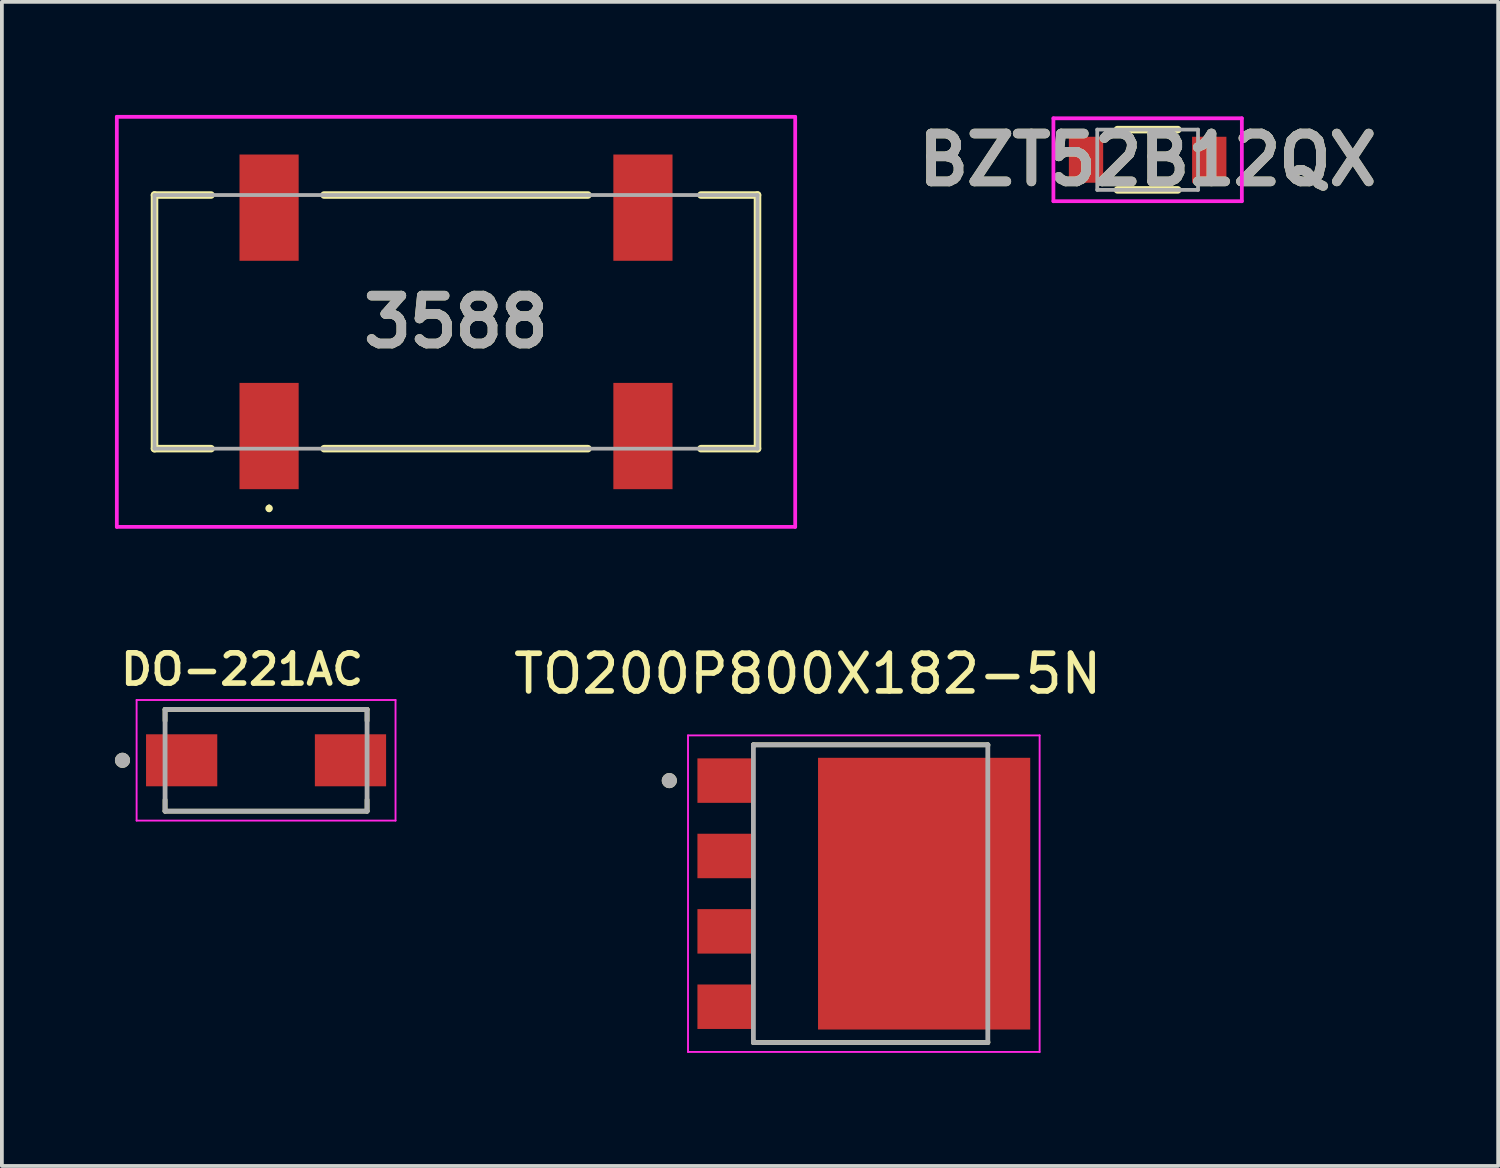
<source format=kicad_pcb>
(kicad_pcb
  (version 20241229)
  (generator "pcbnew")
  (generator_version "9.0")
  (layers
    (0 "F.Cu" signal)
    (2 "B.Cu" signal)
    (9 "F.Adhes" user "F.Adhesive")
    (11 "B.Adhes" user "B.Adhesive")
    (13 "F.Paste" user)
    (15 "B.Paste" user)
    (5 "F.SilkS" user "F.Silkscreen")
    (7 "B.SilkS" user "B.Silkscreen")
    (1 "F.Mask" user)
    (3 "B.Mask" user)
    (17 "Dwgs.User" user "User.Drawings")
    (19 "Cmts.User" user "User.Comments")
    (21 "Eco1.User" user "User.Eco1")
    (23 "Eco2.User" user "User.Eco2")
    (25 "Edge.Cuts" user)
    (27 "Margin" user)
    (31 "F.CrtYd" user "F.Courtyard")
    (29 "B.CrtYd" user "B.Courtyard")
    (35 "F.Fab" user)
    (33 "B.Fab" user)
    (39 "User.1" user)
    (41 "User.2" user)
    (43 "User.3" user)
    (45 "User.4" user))
  (footprint "DO-221AC"
    (layer "F.Cu")
    (at 4.01 17.124)
    (property "Reference" "DO-221AC" (at -0.635 -2.413 0) (layer "F.SilkS") (effects (font (size 0.8 0.8) (thickness 0.15))))
    (attr smd)
    (fp_line (start -2.68 -1.05) (end -2.68 -1.35) (stroke (width 0.127) (type solid)) (layer "F.SilkS"))
    (fp_line (start -2.68 1.05) (end -2.68 1.35) (stroke (width 0.127) (type solid)) (layer "F.SilkS"))
    (fp_line (start -2.68 1.35) (end 2.68 1.35) (stroke (width 0.127) (type solid)) (layer "F.SilkS"))
    (fp_line (start 2.68 -1.35) (end -2.68 -1.35) (stroke (width 0.127) (type solid)) (layer "F.SilkS"))
    (fp_line (start 2.68 -1.05) (end 2.68 -1.35) (stroke (width 0.127) (type solid)) (layer "F.SilkS"))
    (fp_line (start 2.68 1.05) (end 2.68 1.35) (stroke (width 0.127) (type solid)) (layer "F.SilkS"))
    (fp_circle (center -3.81 0) (end -3.71 0) (stroke (width 0.2) (type solid)) (fill no) (layer "F.SilkS"))
    (fp_line (start -3.435 -1.6) (end -3.435 1.6) (stroke (width 0.05) (type solid)) (layer "F.CrtYd"))
    (fp_line (start -3.435 1.6) (end 3.435 1.6) (stroke (width 0.05) (type solid)) (layer "F.CrtYd"))
    (fp_line (start 3.435 -1.6) (end -3.435 -1.6) (stroke (width 0.05) (type solid)) (layer "F.CrtYd"))
    (fp_line (start 3.435 1.6) (end 3.435 -1.6) (stroke (width 0.05) (type solid)) (layer "F.CrtYd"))
    (fp_line (start -2.68 -1.35) (end -2.68 1.35) (stroke (width 0.127) (type solid)) (layer "F.Fab"))
    (fp_line (start -2.68 1.35) (end 2.68 1.35) (stroke (width 0.127) (type solid)) (layer "F.Fab"))
    (fp_line (start 2.68 -1.35) (end -2.68 -1.35) (stroke (width 0.127) (type solid)) (layer "F.Fab"))
    (fp_line (start 2.68 1.35) (end 2.68 -1.35) (stroke (width 0.127) (type solid)) (layer "F.Fab"))
    (fp_circle (center -3.81 0) (end -3.71 0) (stroke (width 0.2) (type solid)) (fill no) (layer "F.Fab"))
    (pad "A" smd rect (at 2.24 0) (size 1.89 1.38) (layers "F.Cu" "F.Mask" "F.Paste"))
    (pad "C" smd rect (at -2.24 0) (size 1.89 1.38) (layers "F.Cu" "F.Mask" "F.Paste")))
  (footprint "3588"
    (layer "F.Cu")
    (at 9.05 5.49)
    (property "Reference" "3588" (at 0 0 0) (layer "F.SilkS") (effects (font (size 1.27 1.27) (thickness 0.254))))
    (attr smd)
    (fp_line (start -8 -3.365) (end -8 3.365) (stroke (width 0.2) (type solid)) (layer "F.SilkS"))
    (fp_line (start -8 3.365) (end -6.5 3.365) (stroke (width 0.2) (type solid)) (layer "F.SilkS"))
    (fp_line (start -6.5 -3.365) (end -8 -3.365) (stroke (width 0.2) (type solid)) (layer "F.SilkS"))
    (fp_line (start -4.96 4.9) (end -4.96 4.9) (stroke (width 0.1) (type solid)) (layer "F.SilkS"))
    (fp_line (start -4.96 5) (end -4.96 5) (stroke (width 0.1) (type solid)) (layer "F.SilkS"))
    (fp_line (start -3.5 -3.365) (end 3.5 -3.365) (stroke (width 0.2) (type solid)) (layer "F.SilkS"))
    (fp_line (start 3.5 3.365) (end -3.5 3.365) (stroke (width 0.2) (type solid)) (layer "F.SilkS"))
    (fp_line (start 6.5 -3.365) (end 8 -3.365) (stroke (width 0.2) (type solid)) (layer "F.SilkS"))
    (fp_line (start 8 -3.365) (end 8 3.365) (stroke (width 0.2) (type solid)) (layer "F.SilkS"))
    (fp_line (start 8 3.365) (end 6.5 3.365) (stroke (width 0.2) (type solid)) (layer "F.SilkS"))
    (fp_arc (start -4.96 4.9) (mid -4.91 4.95) (end -4.96 5) (stroke (width 0.1) (type solid)) (layer "F.SilkS"))
    (fp_arc (start -4.96 5) (mid -5.01 4.95) (end -4.96 4.9) (stroke (width 0.1) (type solid)) (layer "F.SilkS"))
    (fp_line (start -9 -5.44) (end 9 -5.44) (stroke (width 0.1) (type solid)) (layer "F.CrtYd"))
    (fp_line (start -9 5.44) (end -9 -5.44) (stroke (width 0.1) (type solid)) (layer "F.CrtYd"))
    (fp_line (start 9 -5.44) (end 9 5.44) (stroke (width 0.1) (type solid)) (layer "F.CrtYd"))
    (fp_line (start 9 5.44) (end -9 5.44) (stroke (width 0.1) (type solid)) (layer "F.CrtYd"))
    (fp_line (start -8 -3.365) (end 8 -3.365) (stroke (width 0.1) (type solid)) (layer "F.Fab"))
    (fp_line (start -8 3.365) (end -8 -3.365) (stroke (width 0.1) (type solid)) (layer "F.Fab"))
    (fp_line (start 8 -3.365) (end 8 3.365) (stroke (width 0.1) (type solid)) (layer "F.Fab"))
    (fp_line (start 8 3.365) (end -8 3.365) (stroke (width 0.1) (type solid)) (layer "F.Fab"))
    (fp_text user "${REFERENCE}" (at 0 0 0) (layer "F.Fab") (effects (font (size 1.27 1.27) (thickness 0.254))))
    (pad "1" smd rect (at -4.96 -3.03) (size 1.57 2.82) (layers "F.Cu" "F.Mask" "F.Paste"))
    (pad "1" smd rect (at -4.96 3.03) (size 1.57 2.82) (layers "F.Cu" "F.Mask" "F.Paste"))
    (pad "2" smd rect (at 4.96 -3.03) (size 1.57 2.82) (layers "F.Cu" "F.Mask" "F.Paste"))
    (pad "2" smd rect (at 4.96 3.03) (size 1.57 2.82) (layers "F.Cu" "F.Mask" "F.Paste")))
  (footprint "TO200P800X182-5N"
    (layer "F.Cu")
    (at 19.871 20.663)
    (property "Reference" "TO200P800X182-5N" (at -1.49 -5.835 0) (layer "F.SilkS") (effects (font (size 1 1) (thickness 0.15))))
    (attr smd)
    (fp_line (start -2.93 -3.95) (end 3.29 -3.95) (stroke (width 0.127) (type solid)) (layer "F.SilkS"))
    (fp_line (start -2.93 -3.91) (end -2.93 -3.95) (stroke (width 0.127) (type solid)) (layer "F.SilkS"))
    (fp_line (start -2.93 3.95) (end -2.93 3.91) (stroke (width 0.127) (type solid)) (layer "F.SilkS"))
    (fp_line (start 3.29 -3.95) (end 3.29 -3.925) (stroke (width 0.127) (type solid)) (layer "F.SilkS"))
    (fp_line (start 3.29 3.95) (end -2.93 3.95) (stroke (width 0.127) (type solid)) (layer "F.SilkS"))
    (fp_line (start 3.29 3.95) (end 3.29 3.925) (stroke (width 0.127) (type solid)) (layer "F.SilkS"))
    (fp_circle (center -5.161 -3) (end -5.061 -3) (stroke (width 0.2) (type solid)) (fill no) (layer "F.SilkS"))
    (fp_poly (pts (xy -0.64 -3.215) (xy 1.02 -3.215) (xy 1.02 -1.585) (xy -0.64 -1.585)) (stroke (width 0.01) (type solid)) (fill yes) (layer "F.Paste"))
    (fp_poly (pts (xy -0.64 -0.815) (xy 1.02 -0.815) (xy 1.02 0.815) (xy -0.64 0.815)) (stroke (width 0.01) (type solid)) (fill yes) (layer "F.Paste"))
    (fp_poly (pts (xy -0.64 1.585) (xy 1.02 1.585) (xy 1.02 3.215) (xy -0.64 3.215)) (stroke (width 0.01) (type solid)) (fill yes) (layer "F.Paste"))
    (fp_poly (pts (xy 2.18 -3.215) (xy 3.84 -3.215) (xy 3.84 -1.585) (xy 2.18 -1.585)) (stroke (width 0.01) (type solid)) (fill yes) (layer "F.Paste"))
    (fp_poly (pts (xy 2.18 -0.815) (xy 3.84 -0.815) (xy 3.84 0.815) (xy 2.18 0.815)) (stroke (width 0.01) (type solid)) (fill yes) (layer "F.Paste"))
    (fp_poly (pts (xy 2.18 1.585) (xy 3.84 1.585) (xy 3.84 3.215) (xy 2.18 3.215)) (stroke (width 0.01) (type solid)) (fill yes) (layer "F.Paste"))
    (fp_line (start -4.665 -4.2) (end -4.665 4.2) (stroke (width 0.05) (type solid)) (layer "F.CrtYd"))
    (fp_line (start -4.665 4.2) (end 4.665 4.2) (stroke (width 0.05) (type solid)) (layer "F.CrtYd"))
    (fp_line (start 4.665 -4.2) (end -4.665 -4.2) (stroke (width 0.05) (type solid)) (layer "F.CrtYd"))
    (fp_line (start 4.665 4.2) (end 4.665 -4.2) (stroke (width 0.05) (type solid)) (layer "F.CrtYd"))
    (fp_line (start -2.93 -3.95) (end 3.29 -3.95) (stroke (width 0.127) (type solid)) (layer "F.Fab"))
    (fp_line (start -2.93 3.95) (end -2.93 -3.95) (stroke (width 0.127) (type solid)) (layer "F.Fab"))
    (fp_line (start 3.29 -3.95) (end 3.29 3.95) (stroke (width 0.127) (type solid)) (layer "F.Fab"))
    (fp_line (start 3.29 3.95) (end -2.93 3.95) (stroke (width 0.127) (type solid)) (layer "F.Fab"))
    (fp_circle (center -5.161 -3) (end -5.061 -3) (stroke (width 0.2) (type solid)) (fill no) (layer "F.Fab"))
    (pad "1" smd rect (at -3.65 -3) (size 1.53 1.18) (layers "F.Cu" "F.Mask" "F.Paste"))
    (pad "2" smd rect (at -3.65 -1) (size 1.53 1.18) (layers "F.Cu" "F.Mask" "F.Paste"))
    (pad "3" smd rect (at -3.65 1) (size 1.53 1.18) (layers "F.Cu" "F.Mask" "F.Paste"))
    (pad "4" smd rect (at -3.65 3) (size 1.53 1.18) (layers "F.Cu" "F.Mask" "F.Paste"))
    (pad "5" smd rect (at 1.6 0) (size 5.63 7.21) (layers "F.Cu" "F.Mask")))
  (footprint "BZT52B12QX"
    (layer "F.Cu")
    (at 27.402 1.189)
    (property "Reference" "BZT52B12QX" (at 0 0 0) (layer "F.SilkS") (effects (font (size 1.27 1.27) (thickness 0.254))))
    (attr smd)
    (fp_line (start -0.8 -0.8) (end 0.8 -0.8) (stroke (width 0.2) (type solid)) (layer "F.SilkS"))
    (fp_line (start -0.8 0.8) (end 0.8 0.8) (stroke (width 0.2) (type solid)) (layer "F.SilkS"))
    (fp_line (start -2.5 -1.1) (end 2.5 -1.1) (stroke (width 0.1) (type solid)) (layer "F.CrtYd"))
    (fp_line (start -2.5 1.1) (end -2.5 -1.1) (stroke (width 0.1) (type solid)) (layer "F.CrtYd"))
    (fp_line (start 2.5 -1.1) (end 2.5 1.1) (stroke (width 0.1) (type solid)) (layer "F.CrtYd"))
    (fp_line (start 2.5 1.1) (end -2.5 1.1) (stroke (width 0.1) (type solid)) (layer "F.CrtYd"))
    (fp_line (start -1.337 -0.8) (end 1.337 -0.8) (stroke (width 0.1) (type solid)) (layer "F.Fab"))
    (fp_line (start -1.337 0.8) (end -1.337 -0.8) (stroke (width 0.1) (type solid)) (layer "F.Fab"))
    (fp_line (start 1.337 -0.8) (end 1.337 0.8) (stroke (width 0.1) (type solid)) (layer "F.Fab"))
    (fp_line (start 1.337 0.8) (end -1.337 0.8) (stroke (width 0.1) (type solid)) (layer "F.Fab"))
    (fp_text user "${REFERENCE}" (at 0 0 0) (layer "F.Fab") (effects (font (size 1.27 1.27) (thickness 0.254))))
    (pad "1" smd rect (at -1.635 0) (size 0.91 1.22) (layers "F.Cu" "F.Mask" "F.Paste"))
    (pad "2" smd rect (at 1.635 0) (size 0.91 1.22) (layers "F.Cu" "F.Mask" "F.Paste")))
  (gr_rect
    (start -3 -3)
    (end 36.703 27.888)
    (stroke (width 0.1) (type default))
    (fill no)
    (layer "Edge.Cuts")))
</source>
